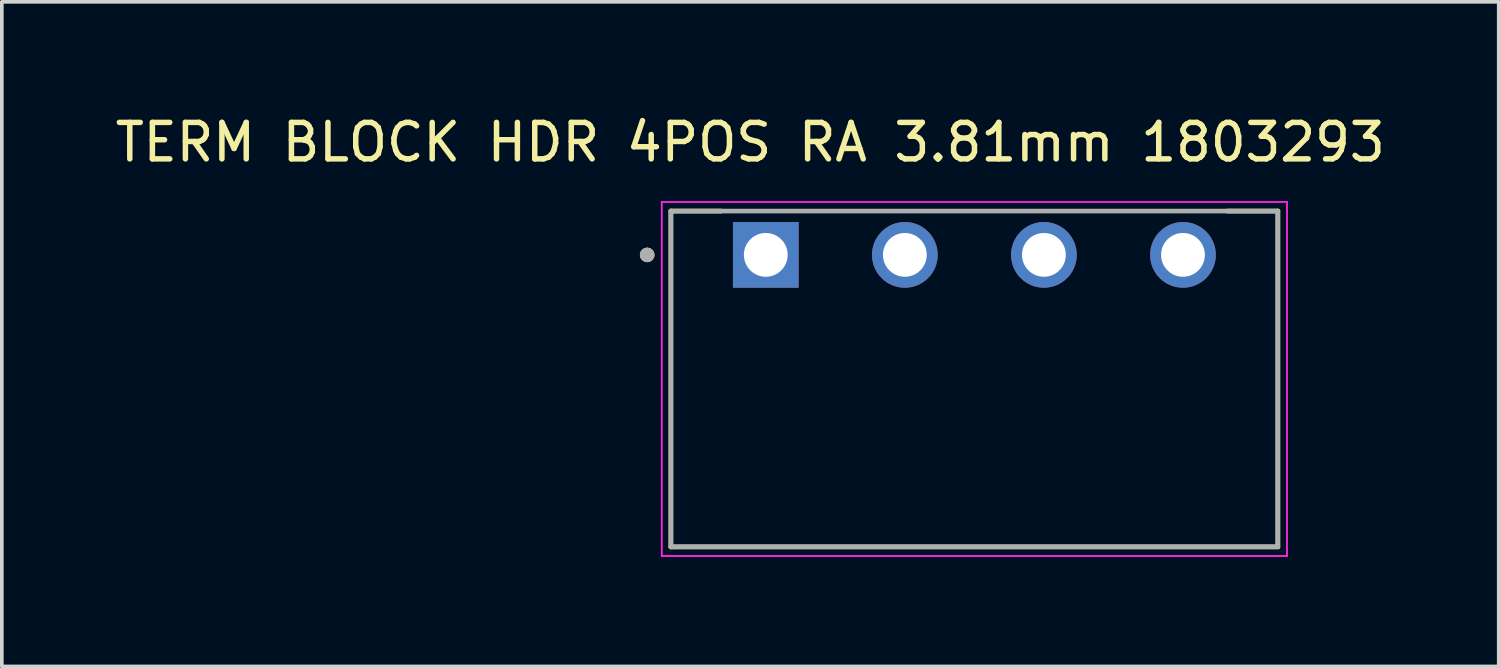
<source format=kicad_pcb>
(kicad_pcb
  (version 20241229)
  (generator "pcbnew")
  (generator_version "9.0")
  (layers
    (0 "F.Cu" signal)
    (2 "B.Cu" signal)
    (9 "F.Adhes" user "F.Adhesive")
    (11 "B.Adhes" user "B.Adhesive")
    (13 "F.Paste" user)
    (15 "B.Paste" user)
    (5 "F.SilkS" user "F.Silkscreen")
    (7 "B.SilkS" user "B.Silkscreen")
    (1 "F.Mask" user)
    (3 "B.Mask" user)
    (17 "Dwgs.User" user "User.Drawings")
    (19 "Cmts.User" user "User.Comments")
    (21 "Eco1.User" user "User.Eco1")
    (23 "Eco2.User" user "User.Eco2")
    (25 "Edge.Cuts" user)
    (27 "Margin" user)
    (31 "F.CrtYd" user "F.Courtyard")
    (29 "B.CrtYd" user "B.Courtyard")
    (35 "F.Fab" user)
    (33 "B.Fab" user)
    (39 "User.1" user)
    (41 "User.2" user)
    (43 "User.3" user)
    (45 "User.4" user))
  (footprint "TERM BLOCK HDR 4POS RA 3.81mm 1803293"
    (layer "F.Cu")
    (at 15.331 11.933)
    (property "Reference" "TERM BLOCK HDR 4POS RA 3.81mm 1803293" (at 2.175 -11.085 0) (layer "F.SilkS") (effects (font (size 1 1) (thickness 0.15))))
    (attr through_hole)
    (fp_line (start 0 -9.2) (end 1.38 -9.2) (stroke (width 0.127) (type solid)) (layer "F.SilkS"))
    (fp_line (start 0 0) (end 0 -9.2) (stroke (width 0.127) (type solid)) (layer "F.SilkS"))
    (fp_line (start 0 0) (end 16.63 0) (stroke (width 0.127) (type solid)) (layer "F.SilkS"))
    (fp_line (start 15.25 -9.2) (end 16.63 -9.2) (stroke (width 0.127) (type solid)) (layer "F.SilkS"))
    (fp_line (start 16.63 -9.2) (end 16.63 0) (stroke (width 0.127) (type solid)) (layer "F.SilkS"))
    (fp_circle (center -0.65 -8) (end -0.55 -8) (stroke (width 0.2) (type solid)) (fill no) (layer "F.SilkS"))
    (fp_line (start -0.25 -9.45) (end 16.88 -9.45) (stroke (width 0.05) (type solid)) (layer "F.CrtYd"))
    (fp_line (start -0.25 0.25) (end -0.25 -9.45) (stroke (width 0.05) (type solid)) (layer "F.CrtYd"))
    (fp_line (start 16.88 -9.45) (end 16.88 0.25) (stroke (width 0.05) (type solid)) (layer "F.CrtYd"))
    (fp_line (start 16.88 0.25) (end -0.25 0.25) (stroke (width 0.05) (type solid)) (layer "F.CrtYd"))
    (fp_line (start 0 -9.2) (end 16.63 -9.2) (stroke (width 0.127) (type solid)) (layer "F.Fab"))
    (fp_line (start 0 0) (end 0 -9.2) (stroke (width 0.127) (type solid)) (layer "F.Fab"))
    (fp_line (start 16.63 -9.2) (end 16.63 0) (stroke (width 0.127) (type solid)) (layer "F.Fab"))
    (fp_line (start 16.63 0) (end 0 0) (stroke (width 0.127) (type solid)) (layer "F.Fab"))
    (fp_circle (center -0.65 -8) (end -0.55 -8) (stroke (width 0.2) (type solid)) (fill no) (layer "F.Fab"))
    (pad "01" thru_hole rect (at 2.6 -8) (size 1.8 1.8) (drill 1.2) (layers "*.Cu" "*.Mask"))
    (pad "02" thru_hole circle (at 6.41 -8) (size 1.8 1.8) (drill 1.2) (layers "*.Cu" "*.Mask"))
    (pad "03" thru_hole circle (at 10.22 -8) (size 1.8 1.8) (drill 1.2) (layers "*.Cu" "*.Mask"))
    (pad "04" thru_hole circle (at 14.03 -8) (size 1.8 1.8) (drill 1.2) (layers "*.Cu" "*.Mask")))
  (gr_rect
    (start -3 -3)
    (end 38.012 15.208)
    (stroke (width 0.1) (type default))
    (fill no)
    (layer "Edge.Cuts")))
</source>
